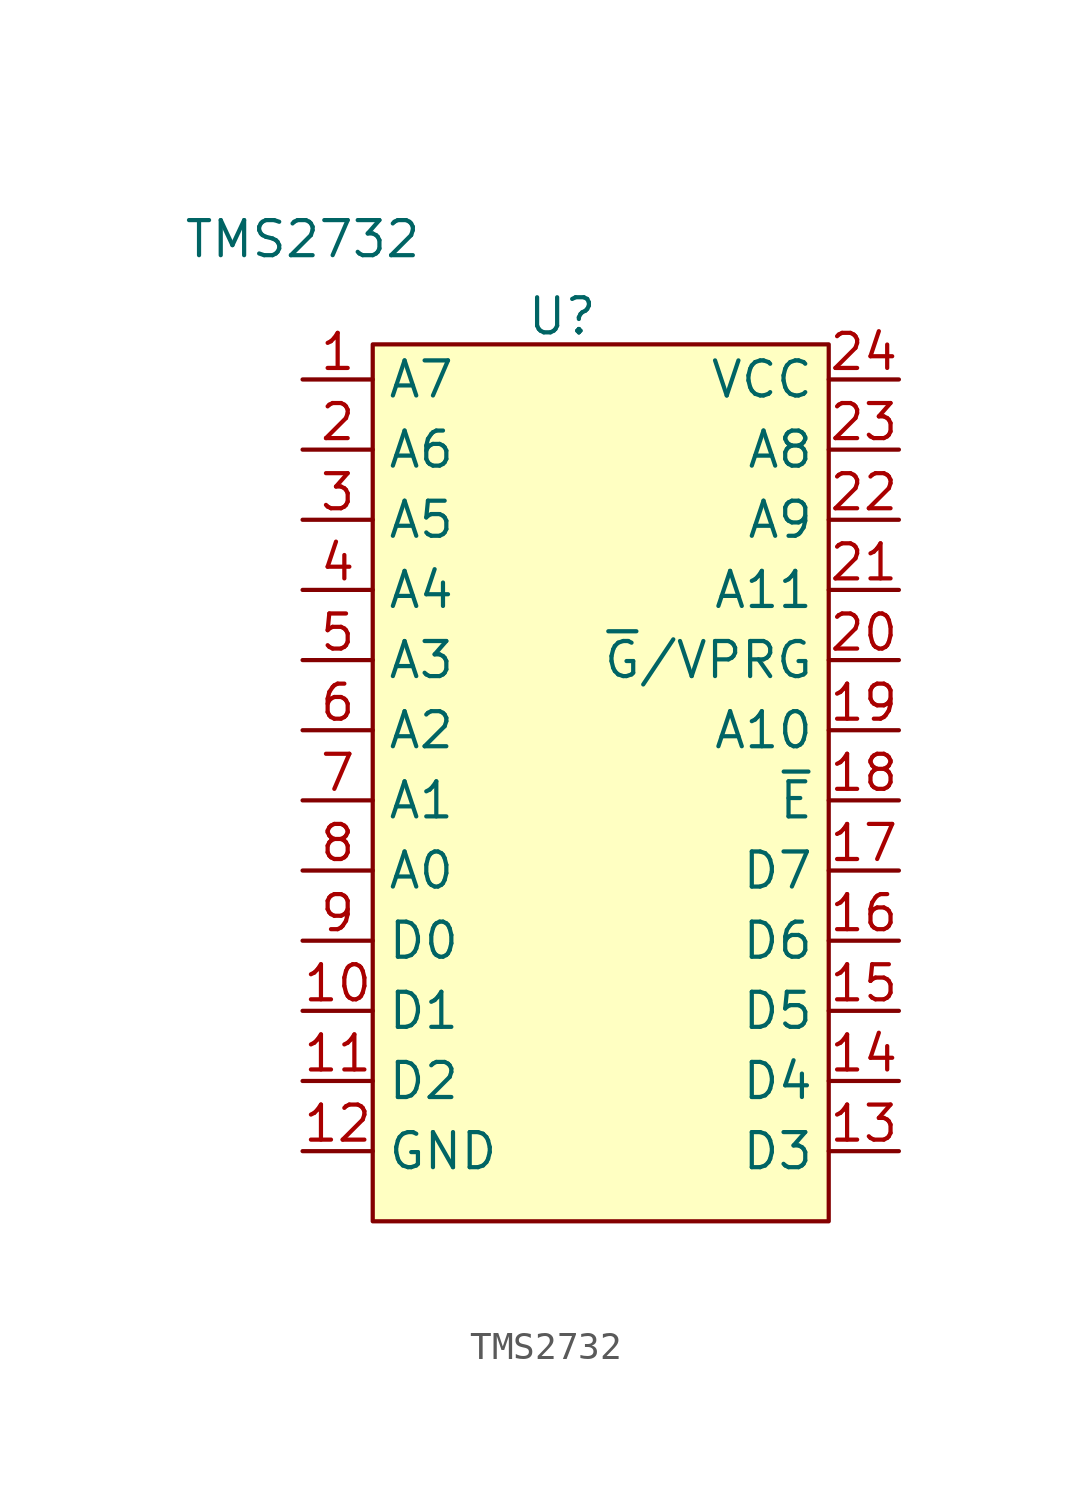
<source format=kicad_sym>
(kicad_symbol_lib
  (version 20241209)
  (generator "kicad_symbol_editor")
  (generator_version "9.0")
  (symbol "TMS2732"
    (property "Reference" "U"
      (at 9.398 -2.794 0)
      (effects (font (size 1.27 1.27))))
    (property "Value" "TMS2732"
      (at 0 0 0)
      (effects (font (size 1.27 1.27))))
    (symbol "TMS2732_1_1"
      (text_box "" (at 2.54 -3.81 0) (size 16.51 -31.75) (margins 1.016 1.016 1.016 1.016) (stroke (width 0) (type solid)) (fill (type color) (color 255 255 194 1)) (effects (font (size 1.27 1.27)) (justify left top)))
      (pin input line (at 0 -5.08 0) (length 2.54) (name "A7" (effects (font (size 1.27 1.27)))) (number "1" (effects (font (size 1.27 1.27)))))
      (pin input line (at 0 -7.62 0) (length 2.54) (name "A6" (effects (font (size 1.27 1.27)))) (number "2" (effects (font (size 1.27 1.27)))))
      (pin input line (at 0 -10.16 0) (length 2.54) (name "A5" (effects (font (size 1.27 1.27)))) (number "3" (effects (font (size 1.27 1.27)))))
      (pin input line (at 0 -12.7 0) (length 2.54) (name "A4" (effects (font (size 1.27 1.27)))) (number "4" (effects (font (size 1.27 1.27)))))
      (pin input line (at 0 -15.24 0) (length 2.54) (name "A3" (effects (font (size 1.27 1.27)))) (number "5" (effects (font (size 1.27 1.27)))))
      (pin input line (at 0 -17.78 0) (length 2.54) (name "A2" (effects (font (size 1.27 1.27)))) (number "6" (effects (font (size 1.27 1.27)))))
      (pin input line (at 0 -20.32 0) (length 2.54) (name "A1" (effects (font (size 1.27 1.27)))) (number "7" (effects (font (size 1.27 1.27)))))
      (pin input line (at 0 -22.86 0) (length 2.54) (name "A0" (effects (font (size 1.27 1.27)))) (number "8" (effects (font (size 1.27 1.27)))))
      (pin bidirectional line (at 0 -25.4 0) (length 2.54) (name "D0" (effects (font (size 1.27 1.27)))) (number "9" (effects (font (size 1.27 1.27)))))
      (pin bidirectional line (at 0 -27.94 0) (length 2.54) (name "D1" (effects (font (size 1.27 1.27)))) (number "10" (effects (font (size 1.27 1.27)))))
      (pin bidirectional line (at 0 -30.48 0) (length 2.54) (name "D2" (effects (font (size 1.27 1.27)))) (number "11" (effects (font (size 1.27 1.27)))))
      (pin passive line (at 0 -33.02 0) (length 2.54) (name "GND" (effects (font (size 1.27 1.27)))) (number "12" (effects (font (size 1.27 1.27)))))
      (pin bidirectional line (at 21.59 -5.08 180) (length 2.54) (name "VCC" (effects (font (size 1.27 1.27)))) (number "24" (effects (font (size 1.27 1.27)))))
      (pin input line (at 21.59 -7.62 180) (length 2.54) (name "A8" (effects (font (size 1.27 1.27)))) (number "23" (effects (font (size 1.27 1.27)))))
      (pin input line (at 21.59 -10.16 180) (length 2.54) (name "A9" (effects (font (size 1.27 1.27)))) (number "22" (effects (font (size 1.27 1.27)))))
      (pin input line (at 21.59 -12.7 180) (length 2.54) (name "A11" (effects (font (size 1.27 1.27)))) (number "21" (effects (font (size 1.27 1.27)))))
      (pin bidirectional line (at 21.59 -15.24 180) (length 2.54) (name "~{G}/VPRG" (effects (font (size 1.27 1.27)))) (number "20" (effects (font (size 1.27 1.27)))))
      (pin input line (at 21.59 -17.78 180) (length 2.54) (name "A10" (effects (font (size 1.27 1.27)))) (number "19" (effects (font (size 1.27 1.27)))))
      (pin input line (at 21.59 -20.32 180) (length 2.54) (name "~{E}" (effects (font (size 1.27 1.27)))) (number "18" (effects (font (size 1.27 1.27)))))
      (pin bidirectional line (at 21.59 -22.86 180) (length 2.54) (name "D7" (effects (font (size 1.27 1.27)))) (number "17" (effects (font (size 1.27 1.27)))))
      (pin bidirectional line (at 21.59 -25.4 180) (length 2.54) (name "D6" (effects (font (size 1.27 1.27)))) (number "16" (effects (font (size 1.27 1.27)))))
      (pin bidirectional line (at 21.59 -27.94 180) (length 2.54) (name "D5" (effects (font (size 1.27 1.27)))) (number "15" (effects (font (size 1.27 1.27)))))
      (pin bidirectional line (at 21.59 -30.48 180) (length 2.54) (name "D4" (effects (font (size 1.27 1.27)))) (number "14" (effects (font (size 1.27 1.27)))))
      (pin bidirectional line (at 21.59 -33.02 180) (length 2.54) (name "D3" (effects (font (size 1.27 1.27)))) (number "13" (effects (font (size 1.27 1.27))))))))
</source>
